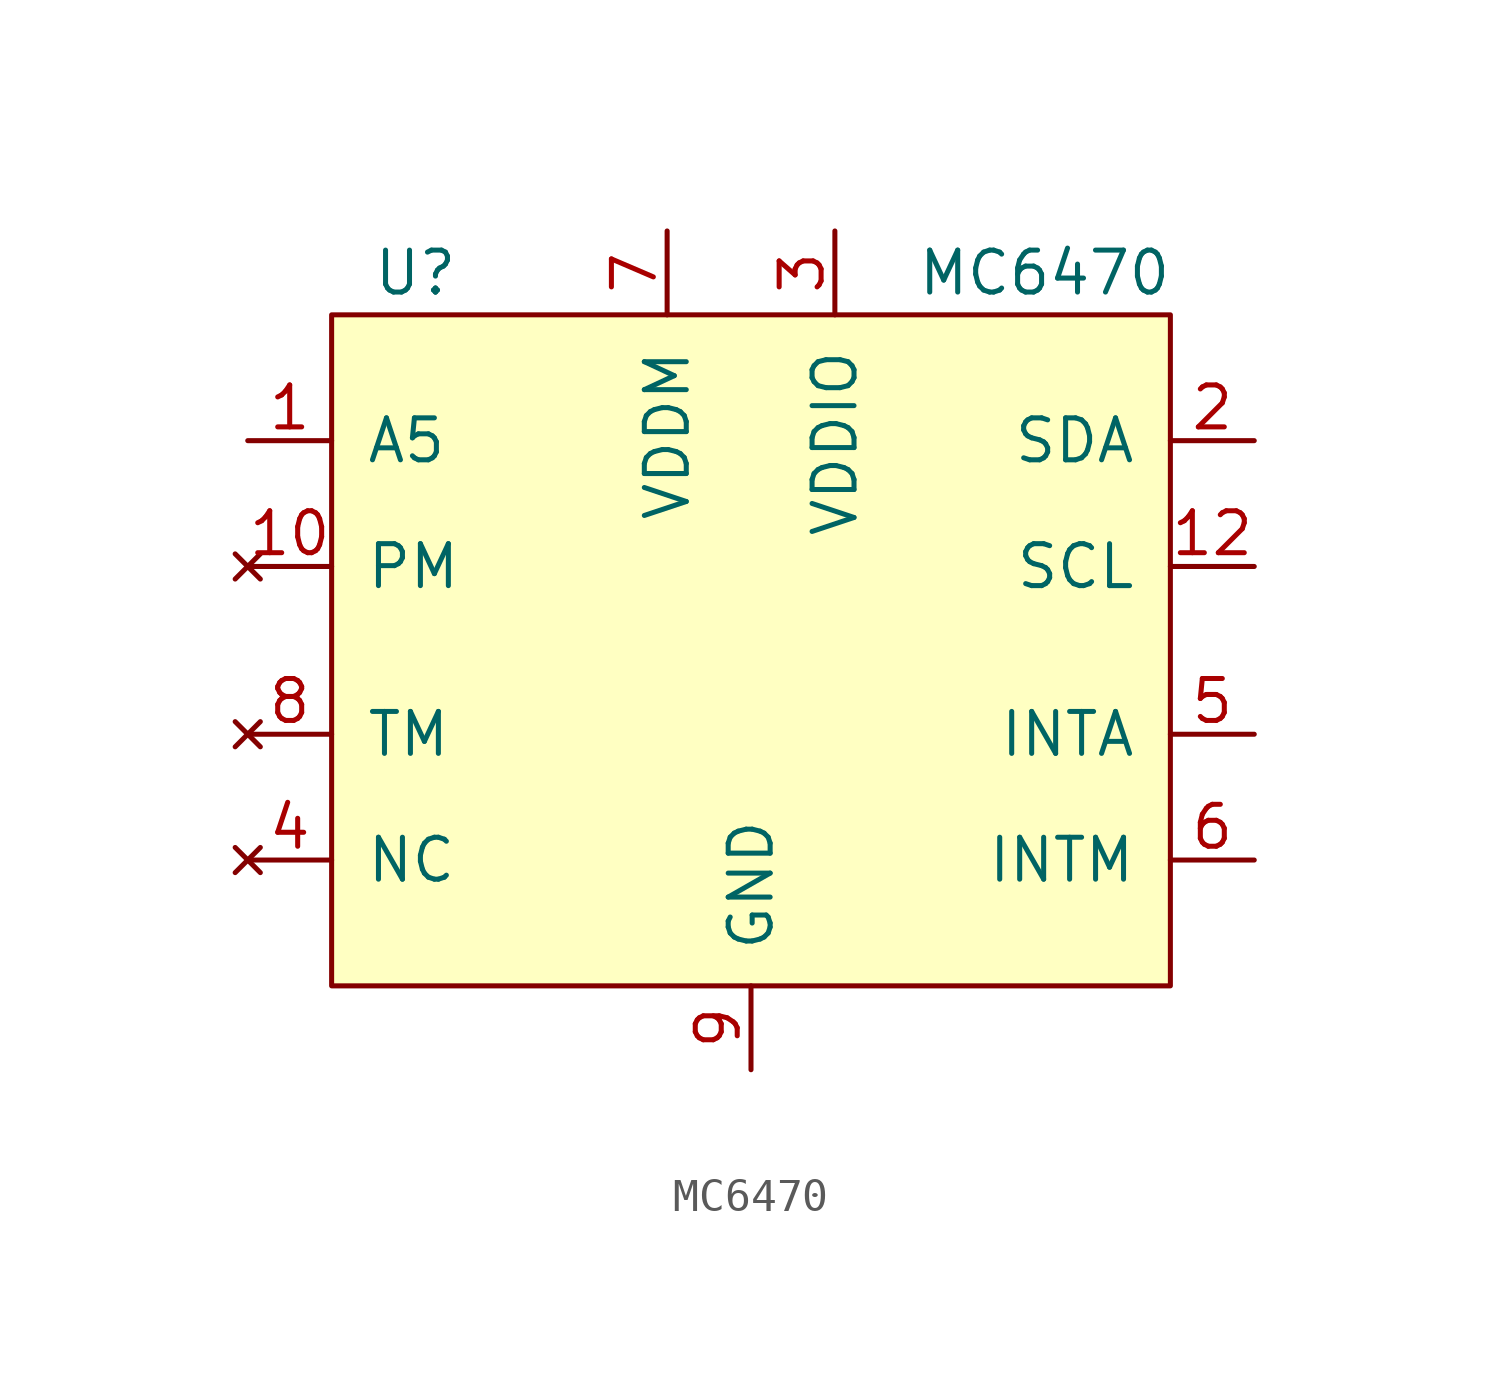
<source format=kicad_sym>
(kicad_symbol_lib
  (version 20211014)
  (generator kicad_symbol_editor)
  (symbol "MC6470"
    (pin_names
      (offset 1.016))
    (property "Reference" "U"
      (at -10.16 11.43 0)
      (effects (font (size 1.27 1.27))))
    (property "Value" "MC6470"
      (at 8.89 11.43 0)
      (effects (font (size 1.27 1.27))))
    (symbol "MC6470_0_1"
      (rectangle (start -12.7 10.16) (end 12.7 -10.16) (stroke (width 0) (type default) (color 0 0 0 0)) (fill (type background))))
    (symbol "MC6470_1_1"
      (pin input line (at -15.24 6.35 0) (length 2.54) (name "A5" (effects (font (size 1.27 1.27)))) (number "1" (effects (font (size 1.27 1.27)))))
      (pin no_connect line (at -15.24 2.54 0) (length 2.54) (name "PM" (effects (font (size 1.27 1.27)))) (number "10" (effects (font (size 1.27 1.27)))))
      (pin open_collector line (at 15.24 2.54 180) (length 2.54) (name "SCL" (effects (font (size 1.27 1.27)))) (number "12" (effects (font (size 1.27 1.27)))))
      (pin open_collector line (at 15.24 6.35 180) (length 2.54) (name "SDA" (effects (font (size 1.27 1.27)))) (number "2" (effects (font (size 1.27 1.27)))))
      (pin power_in line (at 2.54 12.7 270) (length 2.54) (name "VDDIO" (effects (font (size 1.27 1.27)))) (number "3" (effects (font (size 1.27 1.27)))))
      (pin no_connect line (at -15.24 -6.35 0) (length 2.54) (name "NC" (effects (font (size 1.27 1.27)))) (number "4" (effects (font (size 1.27 1.27)))))
      (pin open_collector line (at 15.24 -2.54 180) (length 2.54) (name "INTA" (effects (font (size 1.27 1.27)))) (number "5" (effects (font (size 1.27 1.27)))))
      (pin input line (at 15.24 -6.35 180) (length 2.54) (name "INTM" (effects (font (size 1.27 1.27)))) (number "6" (effects (font (size 1.27 1.27)))))
      (pin power_in line (at -2.54 12.7 270) (length 2.54) (name "VDDM" (effects (font (size 1.27 1.27)))) (number "7" (effects (font (size 1.27 1.27)))))
      (pin no_connect line (at -15.24 -2.54 0) (length 2.54) (name "TM" (effects (font (size 1.27 1.27)))) (number "8" (effects (font (size 1.27 1.27)))))
      (pin power_in line (at 0 -12.7 90) (length 2.54) (name "GND" (effects (font (size 1.27 1.27)))) (number "9" (effects (font (size 1.27 1.27))))))))
</source>
